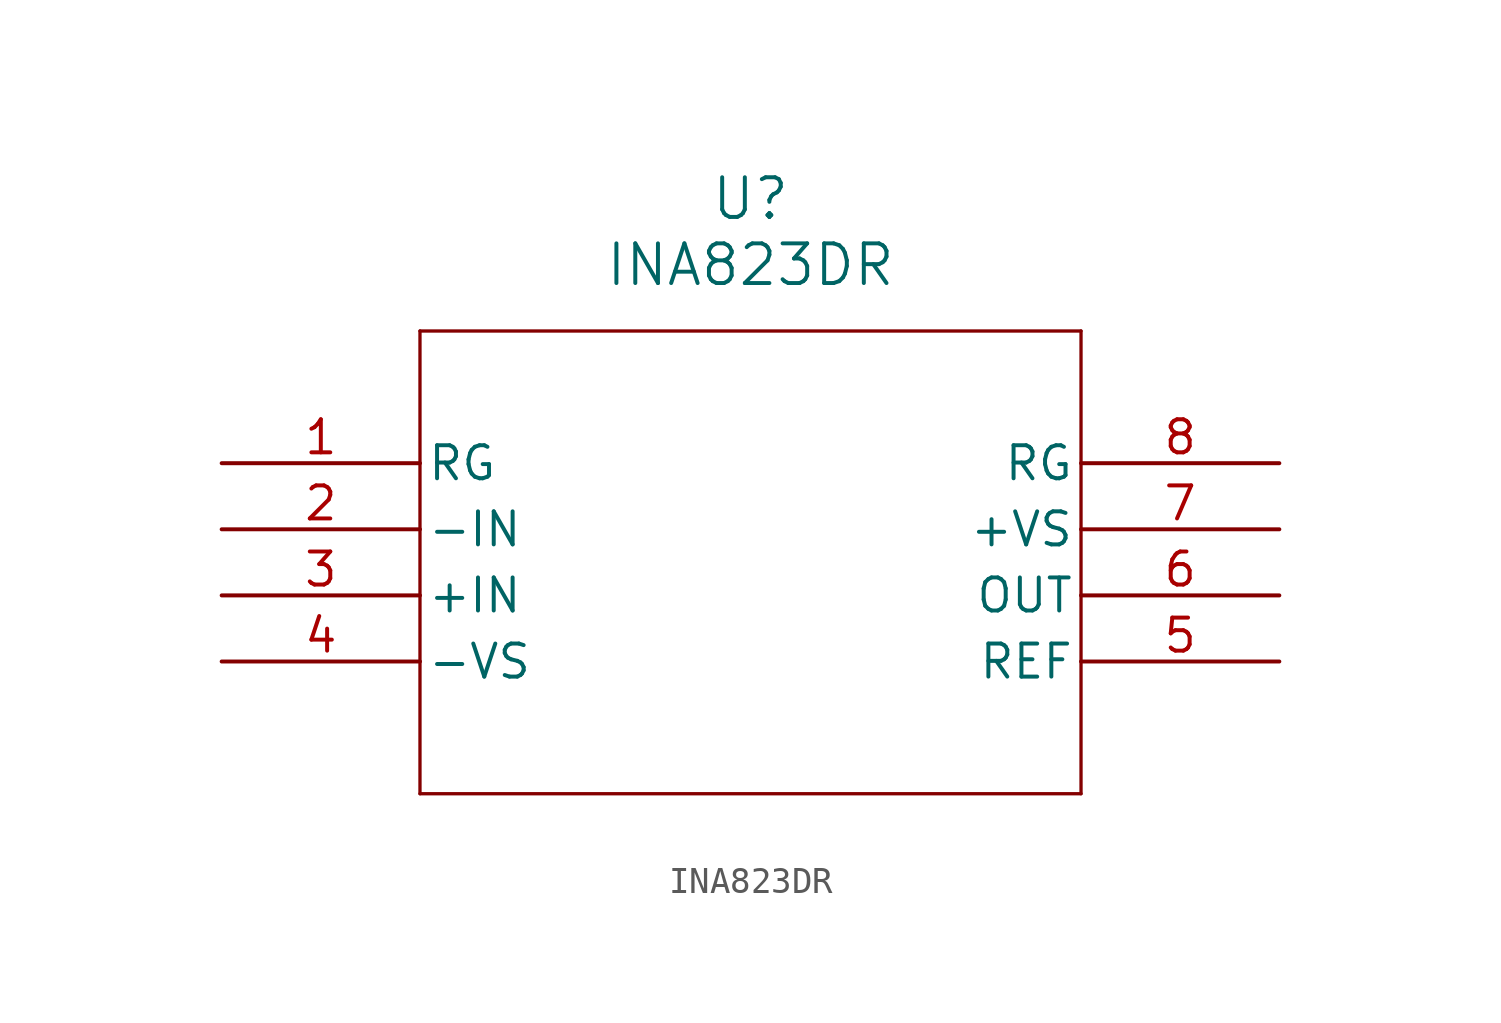
<source format=kicad_sym>
(kicad_symbol_lib
  (version 20211014)
  (generator kicad_symbol_editor)
  (symbol "INA823DR"
    (pin_names
      (offset 0.254))
    (property "Reference" "U"
      (at 20.32 10.16 0)
      (effects (font (size 1.524 1.524))))
    (property "Value" "INA823DR"
      (at 20.32 7.62 0)
      (effects (font (size 1.524 1.524))))
    (symbol "INA823DR_0_1"
      (polyline (pts (xy 7.62 5.08) (xy 7.62 -12.7)) (stroke (width 0.127) (type default) (color 0 0 0 0)) (fill (type none)))
      (polyline (pts (xy 7.62 -12.7) (xy 33.02 -12.7)) (stroke (width 0.127) (type default) (color 0 0 0 0)) (fill (type none)))
      (polyline (pts (xy 33.02 -12.7) (xy 33.02 5.08)) (stroke (width 0.127) (type default) (color 0 0 0 0)) (fill (type none)))
      (polyline (pts (xy 33.02 5.08) (xy 7.62 5.08)) (stroke (width 0.127) (type default) (color 0 0 0 0)) (fill (type none)))
      (pin unspecified line (at 0 0 0) (length 7.62) (name "RG" (effects (font (size 1.27 1.27)))) (number "1" (effects (font (size 1.27 1.27)))))
      (pin input line (at 0 -2.54 0) (length 7.62) (name "-IN" (effects (font (size 1.27 1.27)))) (number "2" (effects (font (size 1.27 1.27)))))
      (pin input line (at 0 -5.08 0) (length 7.62) (name "+IN" (effects (font (size 1.27 1.27)))) (number "3" (effects (font (size 1.27 1.27)))))
      (pin power_in line (at 0 -7.62 0) (length 7.62) (name "-VS" (effects (font (size 1.27 1.27)))) (number "4" (effects (font (size 1.27 1.27)))))
      (pin input line (at 40.64 -7.62 180) (length 7.62) (name "REF" (effects (font (size 1.27 1.27)))) (number "5" (effects (font (size 1.27 1.27)))))
      (pin output line (at 40.64 -5.08 180) (length 7.62) (name "OUT" (effects (font (size 1.27 1.27)))) (number "6" (effects (font (size 1.27 1.27)))))
      (pin power_in line (at 40.64 -2.54 180) (length 7.62) (name "+VS" (effects (font (size 1.27 1.27)))) (number "7" (effects (font (size 1.27 1.27)))))
      (pin unspecified line (at 40.64 0 180) (length 7.62) (name "RG" (effects (font (size 1.27 1.27)))) (number "8" (effects (font (size 1.27 1.27))))))))
</source>
